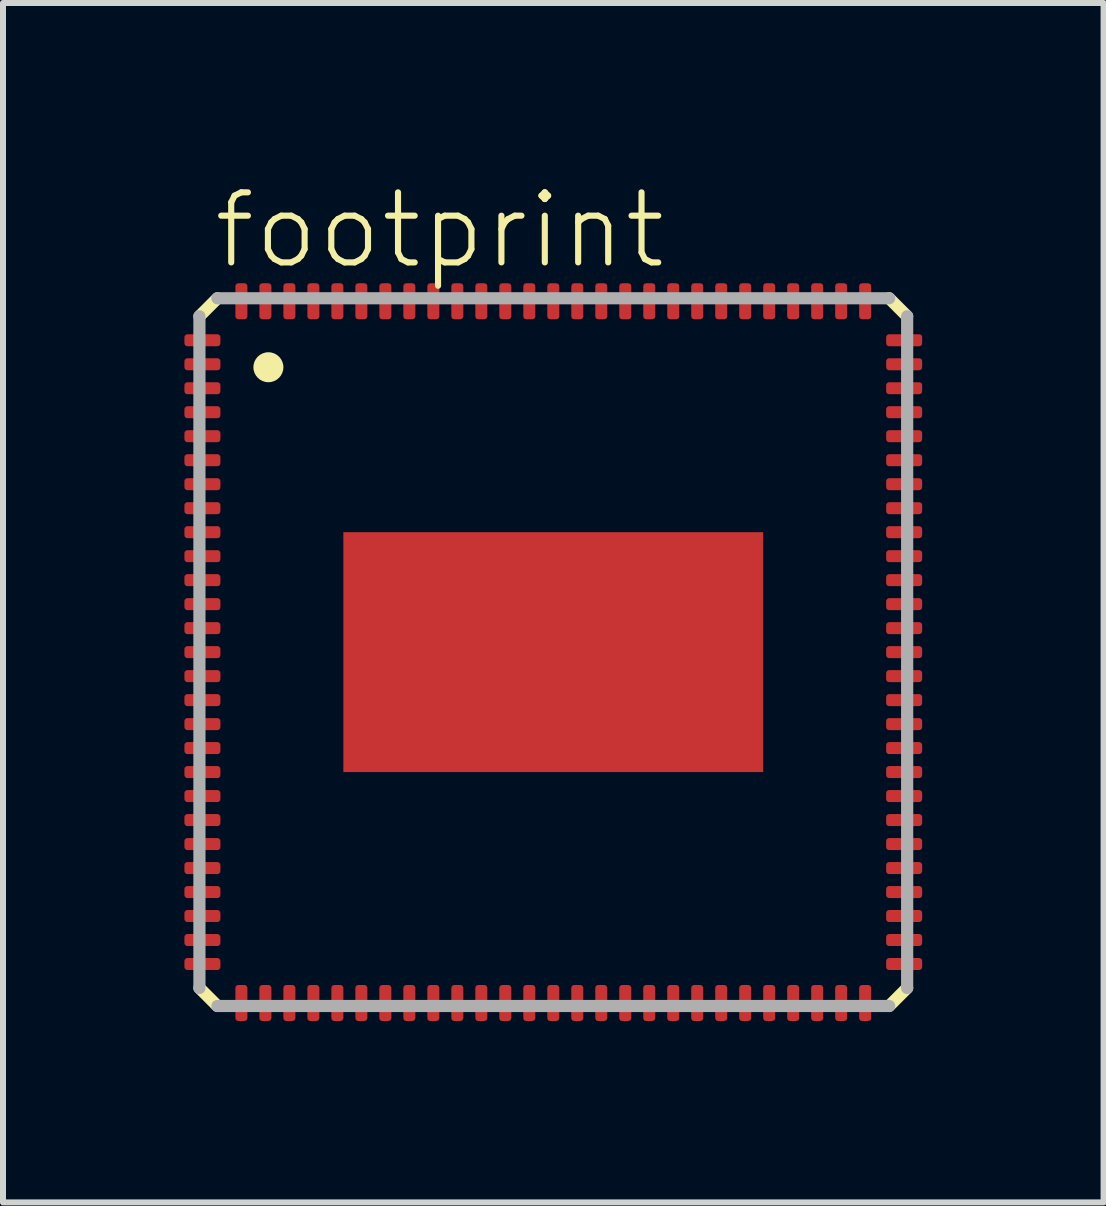
<source format=kicad_pcb>
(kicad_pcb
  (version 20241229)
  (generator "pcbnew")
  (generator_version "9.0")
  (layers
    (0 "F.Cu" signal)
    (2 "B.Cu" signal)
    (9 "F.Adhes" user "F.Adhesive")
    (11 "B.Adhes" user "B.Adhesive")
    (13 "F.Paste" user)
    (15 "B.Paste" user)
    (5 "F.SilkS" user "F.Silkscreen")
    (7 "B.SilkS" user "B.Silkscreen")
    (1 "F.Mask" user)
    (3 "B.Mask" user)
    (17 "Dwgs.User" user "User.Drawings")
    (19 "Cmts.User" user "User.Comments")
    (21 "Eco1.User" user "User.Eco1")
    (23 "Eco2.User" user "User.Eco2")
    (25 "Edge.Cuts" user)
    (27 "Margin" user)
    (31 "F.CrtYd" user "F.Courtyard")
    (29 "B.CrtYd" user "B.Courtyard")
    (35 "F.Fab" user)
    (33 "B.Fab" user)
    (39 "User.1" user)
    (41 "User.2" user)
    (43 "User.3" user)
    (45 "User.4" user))
  (footprint "footprint"
    (layer "F.Cu")
    (at 6.175 7.823)
    (property "Reference" "footprint" (at -5.715 -6.35 0) (layer "F.SilkS") (effects (font (size 1.168 1.168) (thickness 0.102)) (justify left bottom)))
    (fp_poly (pts (xy -6.175 -5.075) (xy -5.525 -5.075) (xy -5.525 -5.325) (xy -6.175 -5.325)) (stroke (width 0) (type solid)) (fill yes) (layer "F.Mask"))
    (fp_poly (pts (xy -6.175 -4.675) (xy -5.525 -4.675) (xy -5.525 -4.925) (xy -6.175 -4.925)) (stroke (width 0) (type solid)) (fill yes) (layer "F.Mask"))
    (fp_poly (pts (xy -6.175 -4.275) (xy -5.525 -4.275) (xy -5.525 -4.525) (xy -6.175 -4.525)) (stroke (width 0) (type solid)) (fill yes) (layer "F.Mask"))
    (fp_poly (pts (xy -6.175 -3.875) (xy -5.525 -3.875) (xy -5.525 -4.125) (xy -6.175 -4.125)) (stroke (width 0) (type solid)) (fill yes) (layer "F.Mask"))
    (fp_poly (pts (xy -6.175 -3.475) (xy -5.525 -3.475) (xy -5.525 -3.725) (xy -6.175 -3.725)) (stroke (width 0) (type solid)) (fill yes) (layer "F.Mask"))
    (fp_poly (pts (xy -6.175 -3.075) (xy -5.525 -3.075) (xy -5.525 -3.325) (xy -6.175 -3.325)) (stroke (width 0) (type solid)) (fill yes) (layer "F.Mask"))
    (fp_poly (pts (xy -6.175 -2.675) (xy -5.525 -2.675) (xy -5.525 -2.925) (xy -6.175 -2.925)) (stroke (width 0) (type solid)) (fill yes) (layer "F.Mask"))
    (fp_poly (pts (xy -6.175 -2.275) (xy -5.525 -2.275) (xy -5.525 -2.525) (xy -6.175 -2.525)) (stroke (width 0) (type solid)) (fill yes) (layer "F.Mask"))
    (fp_poly (pts (xy -6.175 -1.875) (xy -5.525 -1.875) (xy -5.525 -2.125) (xy -6.175 -2.125)) (stroke (width 0) (type solid)) (fill yes) (layer "F.Mask"))
    (fp_poly (pts (xy -6.175 -1.475) (xy -5.525 -1.475) (xy -5.525 -1.725) (xy -6.175 -1.725)) (stroke (width 0) (type solid)) (fill yes) (layer "F.Mask"))
    (fp_poly (pts (xy -6.175 -1.075) (xy -5.525 -1.075) (xy -5.525 -1.325) (xy -6.175 -1.325)) (stroke (width 0) (type solid)) (fill yes) (layer "F.Mask"))
    (fp_poly (pts (xy -6.175 -0.675) (xy -5.525 -0.675) (xy -5.525 -0.925) (xy -6.175 -0.925)) (stroke (width 0) (type solid)) (fill yes) (layer "F.Mask"))
    (fp_poly (pts (xy -6.175 -0.275) (xy -5.525 -0.275) (xy -5.525 -0.525) (xy -6.175 -0.525)) (stroke (width 0) (type solid)) (fill yes) (layer "F.Mask"))
    (fp_poly (pts (xy -6.175 0.125) (xy -5.525 0.125) (xy -5.525 -0.125) (xy -6.175 -0.125)) (stroke (width 0) (type solid)) (fill yes) (layer "F.Mask"))
    (fp_poly (pts (xy -6.175 0.525) (xy -5.525 0.525) (xy -5.525 0.275) (xy -6.175 0.275)) (stroke (width 0) (type solid)) (fill yes) (layer "F.Mask"))
    (fp_poly (pts (xy -6.175 0.925) (xy -5.525 0.925) (xy -5.525 0.675) (xy -6.175 0.675)) (stroke (width 0) (type solid)) (fill yes) (layer "F.Mask"))
    (fp_poly (pts (xy -6.175 1.325) (xy -5.525 1.325) (xy -5.525 1.075) (xy -6.175 1.075)) (stroke (width 0) (type solid)) (fill yes) (layer "F.Mask"))
    (fp_poly (pts (xy -6.175 1.725) (xy -5.525 1.725) (xy -5.525 1.475) (xy -6.175 1.475)) (stroke (width 0) (type solid)) (fill yes) (layer "F.Mask"))
    (fp_poly (pts (xy -6.175 2.125) (xy -5.525 2.125) (xy -5.525 1.875) (xy -6.175 1.875)) (stroke (width 0) (type solid)) (fill yes) (layer "F.Mask"))
    (fp_poly (pts (xy -6.175 2.525) (xy -5.525 2.525) (xy -5.525 2.275) (xy -6.175 2.275)) (stroke (width 0) (type solid)) (fill yes) (layer "F.Mask"))
    (fp_poly (pts (xy -6.175 2.925) (xy -5.525 2.925) (xy -5.525 2.675) (xy -6.175 2.675)) (stroke (width 0) (type solid)) (fill yes) (layer "F.Mask"))
    (fp_poly (pts (xy -6.175 3.325) (xy -5.525 3.325) (xy -5.525 3.075) (xy -6.175 3.075)) (stroke (width 0) (type solid)) (fill yes) (layer "F.Mask"))
    (fp_poly (pts (xy -6.175 3.725) (xy -5.525 3.725) (xy -5.525 3.475) (xy -6.175 3.475)) (stroke (width 0) (type solid)) (fill yes) (layer "F.Mask"))
    (fp_poly (pts (xy -6.175 4.125) (xy -5.525 4.125) (xy -5.525 3.875) (xy -6.175 3.875)) (stroke (width 0) (type solid)) (fill yes) (layer "F.Mask"))
    (fp_poly (pts (xy -6.175 4.525) (xy -5.525 4.525) (xy -5.525 4.275) (xy -6.175 4.275)) (stroke (width 0) (type solid)) (fill yes) (layer "F.Mask"))
    (fp_poly (pts (xy -6.175 4.925) (xy -5.525 4.925) (xy -5.525 4.675) (xy -6.175 4.675)) (stroke (width 0) (type solid)) (fill yes) (layer "F.Mask"))
    (fp_poly (pts (xy -6.175 5.325) (xy -5.525 5.325) (xy -5.525 5.075) (xy -6.175 5.075)) (stroke (width 0) (type solid)) (fill yes) (layer "F.Mask"))
    (fp_poly (pts (xy -5.325 -6.175) (xy -5.325 -5.525) (xy -5.075 -5.525) (xy -5.075 -6.175)) (stroke (width 0) (type solid)) (fill yes) (layer "F.Mask"))
    (fp_poly (pts (xy -5.075 6.175) (xy -5.075 5.525) (xy -5.325 5.525) (xy -5.325 6.175)) (stroke (width 0) (type solid)) (fill yes) (layer "F.Mask"))
    (fp_poly (pts (xy -4.925 -6.175) (xy -4.925 -5.525) (xy -4.675 -5.525) (xy -4.675 -6.175)) (stroke (width 0) (type solid)) (fill yes) (layer "F.Mask"))
    (fp_poly (pts (xy -4.675 6.175) (xy -4.675 5.525) (xy -4.925 5.525) (xy -4.925 6.175)) (stroke (width 0) (type solid)) (fill yes) (layer "F.Mask"))
    (fp_poly (pts (xy -4.525 -6.175) (xy -4.525 -5.525) (xy -4.275 -5.525) (xy -4.275 -6.175)) (stroke (width 0) (type solid)) (fill yes) (layer "F.Mask"))
    (fp_poly (pts (xy -4.275 6.175) (xy -4.275 5.525) (xy -4.525 5.525) (xy -4.525 6.175)) (stroke (width 0) (type solid)) (fill yes) (layer "F.Mask"))
    (fp_poly (pts (xy -4.125 -6.175) (xy -4.125 -5.525) (xy -3.875 -5.525) (xy -3.875 -6.175)) (stroke (width 0) (type solid)) (fill yes) (layer "F.Mask"))
    (fp_poly (pts (xy -3.875 6.175) (xy -3.875 5.525) (xy -4.125 5.525) (xy -4.125 6.175)) (stroke (width 0) (type solid)) (fill yes) (layer "F.Mask"))
    (fp_poly (pts (xy -3.725 -6.175) (xy -3.725 -5.525) (xy -3.475 -5.525) (xy -3.475 -6.175)) (stroke (width 0) (type solid)) (fill yes) (layer "F.Mask"))
    (fp_poly (pts (xy -3.475 6.175) (xy -3.475 5.525) (xy -3.725 5.525) (xy -3.725 6.175)) (stroke (width 0) (type solid)) (fill yes) (layer "F.Mask"))
    (fp_poly (pts (xy -3.325 -6.175) (xy -3.325 -5.525) (xy -3.075 -5.525) (xy -3.075 -6.175)) (stroke (width 0) (type solid)) (fill yes) (layer "F.Mask"))
    (fp_poly (pts (xy -3.075 6.175) (xy -3.075 5.525) (xy -3.325 5.525) (xy -3.325 6.175)) (stroke (width 0) (type solid)) (fill yes) (layer "F.Mask"))
    (fp_poly (pts (xy -2.925 -6.175) (xy -2.925 -5.525) (xy -2.675 -5.525) (xy -2.675 -6.175)) (stroke (width 0) (type solid)) (fill yes) (layer "F.Mask"))
    (fp_poly (pts (xy -2.675 6.175) (xy -2.675 5.525) (xy -2.925 5.525) (xy -2.925 6.175)) (stroke (width 0) (type solid)) (fill yes) (layer "F.Mask"))
    (fp_poly (pts (xy -2.525 -6.175) (xy -2.525 -5.525) (xy -2.275 -5.525) (xy -2.275 -6.175)) (stroke (width 0) (type solid)) (fill yes) (layer "F.Mask"))
    (fp_poly (pts (xy -2.275 6.175) (xy -2.275 5.525) (xy -2.525 5.525) (xy -2.525 6.175)) (stroke (width 0) (type solid)) (fill yes) (layer "F.Mask"))
    (fp_poly (pts (xy -2.125 -6.175) (xy -2.125 -5.525) (xy -1.875 -5.525) (xy -1.875 -6.175)) (stroke (width 0) (type solid)) (fill yes) (layer "F.Mask"))
    (fp_poly (pts (xy -1.875 6.175) (xy -1.875 5.525) (xy -2.125 5.525) (xy -2.125 6.175)) (stroke (width 0) (type solid)) (fill yes) (layer "F.Mask"))
    (fp_poly (pts (xy -1.725 -6.175) (xy -1.725 -5.525) (xy -1.475 -5.525) (xy -1.475 -6.175)) (stroke (width 0) (type solid)) (fill yes) (layer "F.Mask"))
    (fp_poly (pts (xy -1.475 6.175) (xy -1.475 5.525) (xy -1.725 5.525) (xy -1.725 6.175)) (stroke (width 0) (type solid)) (fill yes) (layer "F.Mask"))
    (fp_poly (pts (xy -1.325 -6.175) (xy -1.325 -5.525) (xy -1.075 -5.525) (xy -1.075 -6.175)) (stroke (width 0) (type solid)) (fill yes) (layer "F.Mask"))
    (fp_poly (pts (xy -1.075 6.175) (xy -1.075 5.525) (xy -1.325 5.525) (xy -1.325 6.175)) (stroke (width 0) (type solid)) (fill yes) (layer "F.Mask"))
    (fp_poly (pts (xy -0.925 -6.175) (xy -0.925 -5.525) (xy -0.675 -5.525) (xy -0.675 -6.175)) (stroke (width 0) (type solid)) (fill yes) (layer "F.Mask"))
    (fp_poly (pts (xy -0.675 6.175) (xy -0.675 5.525) (xy -0.925 5.525) (xy -0.925 6.175)) (stroke (width 0) (type solid)) (fill yes) (layer "F.Mask"))
    (fp_poly (pts (xy -0.525 -6.175) (xy -0.525 -5.525) (xy -0.275 -5.525) (xy -0.275 -6.175)) (stroke (width 0) (type solid)) (fill yes) (layer "F.Mask"))
    (fp_poly (pts (xy -0.275 6.175) (xy -0.275 5.525) (xy -0.525 5.525) (xy -0.525 6.175)) (stroke (width 0) (type solid)) (fill yes) (layer "F.Mask"))
    (fp_poly (pts (xy -0.125 -6.175) (xy -0.125 -5.525) (xy 0.125 -5.525) (xy 0.125 -6.175)) (stroke (width 0) (type solid)) (fill yes) (layer "F.Mask"))
    (fp_poly (pts (xy 0.125 6.175) (xy 0.125 5.525) (xy -0.125 5.525) (xy -0.125 6.175)) (stroke (width 0) (type solid)) (fill yes) (layer "F.Mask"))
    (fp_poly (pts (xy 0.275 -6.175) (xy 0.275 -5.525) (xy 0.525 -5.525) (xy 0.525 -6.175)) (stroke (width 0) (type solid)) (fill yes) (layer "F.Mask"))
    (fp_poly (pts (xy 0.525 6.175) (xy 0.525 5.525) (xy 0.275 5.525) (xy 0.275 6.175)) (stroke (width 0) (type solid)) (fill yes) (layer "F.Mask"))
    (fp_poly (pts (xy 0.675 -6.175) (xy 0.675 -5.525) (xy 0.925 -5.525) (xy 0.925 -6.175)) (stroke (width 0) (type solid)) (fill yes) (layer "F.Mask"))
    (fp_poly (pts (xy 0.925 6.175) (xy 0.925 5.525) (xy 0.675 5.525) (xy 0.675 6.175)) (stroke (width 0) (type solid)) (fill yes) (layer "F.Mask"))
    (fp_poly (pts (xy 1.075 -6.175) (xy 1.075 -5.525) (xy 1.325 -5.525) (xy 1.325 -6.175)) (stroke (width 0) (type solid)) (fill yes) (layer "F.Mask"))
    (fp_poly (pts (xy 1.325 6.175) (xy 1.325 5.525) (xy 1.075 5.525) (xy 1.075 6.175)) (stroke (width 0) (type solid)) (fill yes) (layer "F.Mask"))
    (fp_poly (pts (xy 1.475 -6.175) (xy 1.475 -5.525) (xy 1.725 -5.525) (xy 1.725 -6.175)) (stroke (width 0) (type solid)) (fill yes) (layer "F.Mask"))
    (fp_poly (pts (xy 1.725 6.175) (xy 1.725 5.525) (xy 1.475 5.525) (xy 1.475 6.175)) (stroke (width 0) (type solid)) (fill yes) (layer "F.Mask"))
    (fp_poly (pts (xy 1.875 -6.175) (xy 1.875 -5.525) (xy 2.125 -5.525) (xy 2.125 -6.175)) (stroke (width 0) (type solid)) (fill yes) (layer "F.Mask"))
    (fp_poly (pts (xy 2.125 6.175) (xy 2.125 5.525) (xy 1.875 5.525) (xy 1.875 6.175)) (stroke (width 0) (type solid)) (fill yes) (layer "F.Mask"))
    (fp_poly (pts (xy 2.275 -6.175) (xy 2.275 -5.525) (xy 2.525 -5.525) (xy 2.525 -6.175)) (stroke (width 0) (type solid)) (fill yes) (layer "F.Mask"))
    (fp_poly (pts (xy 2.525 6.175) (xy 2.525 5.525) (xy 2.275 5.525) (xy 2.275 6.175)) (stroke (width 0) (type solid)) (fill yes) (layer "F.Mask"))
    (fp_poly (pts (xy 2.675 -6.175) (xy 2.675 -5.525) (xy 2.925 -5.525) (xy 2.925 -6.175)) (stroke (width 0) (type solid)) (fill yes) (layer "F.Mask"))
    (fp_poly (pts (xy 2.925 6.175) (xy 2.925 5.525) (xy 2.675 5.525) (xy 2.675 6.175)) (stroke (width 0) (type solid)) (fill yes) (layer "F.Mask"))
    (fp_poly (pts (xy 3.075 -6.175) (xy 3.075 -5.525) (xy 3.325 -5.525) (xy 3.325 -6.175)) (stroke (width 0) (type solid)) (fill yes) (layer "F.Mask"))
    (fp_poly (pts (xy 3.325 6.175) (xy 3.325 5.525) (xy 3.075 5.525) (xy 3.075 6.175)) (stroke (width 0) (type solid)) (fill yes) (layer "F.Mask"))
    (fp_poly (pts (xy 3.475 -6.175) (xy 3.475 -5.525) (xy 3.725 -5.525) (xy 3.725 -6.175)) (stroke (width 0) (type solid)) (fill yes) (layer "F.Mask"))
    (fp_poly (pts (xy 3.725 6.175) (xy 3.725 5.525) (xy 3.475 5.525) (xy 3.475 6.175)) (stroke (width 0) (type solid)) (fill yes) (layer "F.Mask"))
    (fp_poly (pts (xy 3.875 -6.175) (xy 3.875 -5.525) (xy 4.125 -5.525) (xy 4.125 -6.175)) (stroke (width 0) (type solid)) (fill yes) (layer "F.Mask"))
    (fp_poly (pts (xy 4.125 6.175) (xy 4.125 5.525) (xy 3.875 5.525) (xy 3.875 6.175)) (stroke (width 0) (type solid)) (fill yes) (layer "F.Mask"))
    (fp_poly (pts (xy 4.275 -6.175) (xy 4.275 -5.525) (xy 4.525 -5.525) (xy 4.525 -6.175)) (stroke (width 0) (type solid)) (fill yes) (layer "F.Mask"))
    (fp_poly (pts (xy 4.525 6.175) (xy 4.525 5.525) (xy 4.275 5.525) (xy 4.275 6.175)) (stroke (width 0) (type solid)) (fill yes) (layer "F.Mask"))
    (fp_poly (pts (xy 4.675 -6.175) (xy 4.675 -5.525) (xy 4.925 -5.525) (xy 4.925 -6.175)) (stroke (width 0) (type solid)) (fill yes) (layer "F.Mask"))
    (fp_poly (pts (xy 4.925 6.175) (xy 4.925 5.525) (xy 4.675 5.525) (xy 4.675 6.175)) (stroke (width 0) (type solid)) (fill yes) (layer "F.Mask"))
    (fp_poly (pts (xy 5.075 -6.175) (xy 5.075 -5.525) (xy 5.325 -5.525) (xy 5.325 -6.175)) (stroke (width 0) (type solid)) (fill yes) (layer "F.Mask"))
    (fp_poly (pts (xy 5.325 6.175) (xy 5.325 5.525) (xy 5.075 5.525) (xy 5.075 6.175)) (stroke (width 0) (type solid)) (fill yes) (layer "F.Mask"))
    (fp_poly (pts (xy 6.175 -5.325) (xy 5.525 -5.325) (xy 5.525 -5.075) (xy 6.175 -5.075)) (stroke (width 0) (type solid)) (fill yes) (layer "F.Mask"))
    (fp_poly (pts (xy 6.175 -4.925) (xy 5.525 -4.925) (xy 5.525 -4.675) (xy 6.175 -4.675)) (stroke (width 0) (type solid)) (fill yes) (layer "F.Mask"))
    (fp_poly (pts (xy 6.175 -4.525) (xy 5.525 -4.525) (xy 5.525 -4.275) (xy 6.175 -4.275)) (stroke (width 0) (type solid)) (fill yes) (layer "F.Mask"))
    (fp_poly (pts (xy 6.175 -4.125) (xy 5.525 -4.125) (xy 5.525 -3.875) (xy 6.175 -3.875)) (stroke (width 0) (type solid)) (fill yes) (layer "F.Mask"))
    (fp_poly (pts (xy 6.175 -3.725) (xy 5.525 -3.725) (xy 5.525 -3.475) (xy 6.175 -3.475)) (stroke (width 0) (type solid)) (fill yes) (layer "F.Mask"))
    (fp_poly (pts (xy 6.175 -3.325) (xy 5.525 -3.325) (xy 5.525 -3.075) (xy 6.175 -3.075)) (stroke (width 0) (type solid)) (fill yes) (layer "F.Mask"))
    (fp_poly (pts (xy 6.175 -2.925) (xy 5.525 -2.925) (xy 5.525 -2.675) (xy 6.175 -2.675)) (stroke (width 0) (type solid)) (fill yes) (layer "F.Mask"))
    (fp_poly (pts (xy 6.175 -2.525) (xy 5.525 -2.525) (xy 5.525 -2.275) (xy 6.175 -2.275)) (stroke (width 0) (type solid)) (fill yes) (layer "F.Mask"))
    (fp_poly (pts (xy 6.175 -2.125) (xy 5.525 -2.125) (xy 5.525 -1.875) (xy 6.175 -1.875)) (stroke (width 0) (type solid)) (fill yes) (layer "F.Mask"))
    (fp_poly (pts (xy 6.175 -1.725) (xy 5.525 -1.725) (xy 5.525 -1.475) (xy 6.175 -1.475)) (stroke (width 0) (type solid)) (fill yes) (layer "F.Mask"))
    (fp_poly (pts (xy 6.175 -1.325) (xy 5.525 -1.325) (xy 5.525 -1.075) (xy 6.175 -1.075)) (stroke (width 0) (type solid)) (fill yes) (layer "F.Mask"))
    (fp_poly (pts (xy 6.175 -0.925) (xy 5.525 -0.925) (xy 5.525 -0.675) (xy 6.175 -0.675)) (stroke (width 0) (type solid)) (fill yes) (layer "F.Mask"))
    (fp_poly (pts (xy 6.175 -0.525) (xy 5.525 -0.525) (xy 5.525 -0.275) (xy 6.175 -0.275)) (stroke (width 0) (type solid)) (fill yes) (layer "F.Mask"))
    (fp_poly (pts (xy 6.175 -0.125) (xy 5.525 -0.125) (xy 5.525 0.125) (xy 6.175 0.125)) (stroke (width 0) (type solid)) (fill yes) (layer "F.Mask"))
    (fp_poly (pts (xy 6.175 0.275) (xy 5.525 0.275) (xy 5.525 0.525) (xy 6.175 0.525)) (stroke (width 0) (type solid)) (fill yes) (layer "F.Mask"))
    (fp_poly (pts (xy 6.175 0.675) (xy 5.525 0.675) (xy 5.525 0.925) (xy 6.175 0.925)) (stroke (width 0) (type solid)) (fill yes) (layer "F.Mask"))
    (fp_poly (pts (xy 6.175 1.075) (xy 5.525 1.075) (xy 5.525 1.325) (xy 6.175 1.325)) (stroke (width 0) (type solid)) (fill yes) (layer "F.Mask"))
    (fp_poly (pts (xy 6.175 1.475) (xy 5.525 1.475) (xy 5.525 1.725) (xy 6.175 1.725)) (stroke (width 0) (type solid)) (fill yes) (layer "F.Mask"))
    (fp_poly (pts (xy 6.175 1.875) (xy 5.525 1.875) (xy 5.525 2.125) (xy 6.175 2.125)) (stroke (width 0) (type solid)) (fill yes) (layer "F.Mask"))
    (fp_poly (pts (xy 6.175 2.275) (xy 5.525 2.275) (xy 5.525 2.525) (xy 6.175 2.525)) (stroke (width 0) (type solid)) (fill yes) (layer "F.Mask"))
    (fp_poly (pts (xy 6.175 2.675) (xy 5.525 2.675) (xy 5.525 2.925) (xy 6.175 2.925)) (stroke (width 0) (type solid)) (fill yes) (layer "F.Mask"))
    (fp_poly (pts (xy 6.175 3.075) (xy 5.525 3.075) (xy 5.525 3.325) (xy 6.175 3.325)) (stroke (width 0) (type solid)) (fill yes) (layer "F.Mask"))
    (fp_poly (pts (xy 6.175 3.475) (xy 5.525 3.475) (xy 5.525 3.725) (xy 6.175 3.725)) (stroke (width 0) (type solid)) (fill yes) (layer "F.Mask"))
    (fp_poly (pts (xy 6.175 3.875) (xy 5.525 3.875) (xy 5.525 4.125) (xy 6.175 4.125)) (stroke (width 0) (type solid)) (fill yes) (layer "F.Mask"))
    (fp_poly (pts (xy 6.175 4.275) (xy 5.525 4.275) (xy 5.525 4.525) (xy 6.175 4.525)) (stroke (width 0) (type solid)) (fill yes) (layer "F.Mask"))
    (fp_poly (pts (xy 6.175 4.675) (xy 5.525 4.675) (xy 5.525 4.925) (xy 6.175 4.925)) (stroke (width 0) (type solid)) (fill yes) (layer "F.Mask"))
    (fp_poly (pts (xy 6.175 5.075) (xy 5.525 5.075) (xy 5.525 5.325) (xy 6.175 5.325)) (stroke (width 0) (type solid)) (fill yes) (layer "F.Mask"))
    (fp_poly (pts (xy -3.231 -1.925) (xy -3.195 -1.87) (xy -3.04 -1.806) (xy -2.975 -1.819) (xy -2.92 -1.855) (xy -2.818 -2.102) (xy 3.602 -2.102) (xy 3.602 2.102) (xy -3.602 2.102) (xy -3.602 -2.102) (xy -3.267 -2.102)) (stroke (width 0) (type solid)) (fill yes) (layer "F.Mask"))
    (fp_line (start -5.9 -5.6) (end -5.6 -5.9) (stroke (width 0.203) (type solid)) (layer "F.SilkS"))
    (fp_line (start -5.6 5.9) (end -5.9 5.6) (stroke (width 0.203) (type solid)) (layer "F.SilkS"))
    (fp_line (start 5.6 -5.9) (end 5.9 -5.6) (stroke (width 0.203) (type solid)) (layer "F.SilkS"))
    (fp_line (start 5.9 5.6) (end 5.6 5.9) (stroke (width 0.203) (type solid)) (layer "F.SilkS"))
    (fp_circle (center -4.75 -4.75) (end -4.625 -4.75) (stroke (width 0.25) (type solid)) (fill yes) (layer "F.SilkS"))
    (fp_poly (pts (xy -6.125 -5.125) (xy -5.575 -5.125) (xy -5.575 -5.275) (xy -6.125 -5.275)) (stroke (width 0) (type solid)) (fill yes) (layer "F.Paste"))
    (fp_poly (pts (xy -6.125 -4.725) (xy -5.575 -4.725) (xy -5.575 -4.875) (xy -6.125 -4.875)) (stroke (width 0) (type solid)) (fill yes) (layer "F.Paste"))
    (fp_poly (pts (xy -6.125 -4.325) (xy -5.575 -4.325) (xy -5.575 -4.475) (xy -6.125 -4.475)) (stroke (width 0) (type solid)) (fill yes) (layer "F.Paste"))
    (fp_poly (pts (xy -6.125 -3.925) (xy -5.575 -3.925) (xy -5.575 -4.075) (xy -6.125 -4.075)) (stroke (width 0) (type solid)) (fill yes) (layer "F.Paste"))
    (fp_poly (pts (xy -6.125 -3.525) (xy -5.575 -3.525) (xy -5.575 -3.675) (xy -6.125 -3.675)) (stroke (width 0) (type solid)) (fill yes) (layer "F.Paste"))
    (fp_poly (pts (xy -6.125 -3.125) (xy -5.575 -3.125) (xy -5.575 -3.275) (xy -6.125 -3.275)) (stroke (width 0) (type solid)) (fill yes) (layer "F.Paste"))
    (fp_poly (pts (xy -6.125 -2.725) (xy -5.575 -2.725) (xy -5.575 -2.875) (xy -6.125 -2.875)) (stroke (width 0) (type solid)) (fill yes) (layer "F.Paste"))
    (fp_poly (pts (xy -6.125 -2.325) (xy -5.575 -2.325) (xy -5.575 -2.475) (xy -6.125 -2.475)) (stroke (width 0) (type solid)) (fill yes) (layer "F.Paste"))
    (fp_poly (pts (xy -6.125 -1.925) (xy -5.575 -1.925) (xy -5.575 -2.075) (xy -6.125 -2.075)) (stroke (width 0) (type solid)) (fill yes) (layer "F.Paste"))
    (fp_poly (pts (xy -6.125 -1.525) (xy -5.575 -1.525) (xy -5.575 -1.675) (xy -6.125 -1.675)) (stroke (width 0) (type solid)) (fill yes) (layer "F.Paste"))
    (fp_poly (pts (xy -6.125 -1.125) (xy -5.575 -1.125) (xy -5.575 -1.275) (xy -6.125 -1.275)) (stroke (width 0) (type solid)) (fill yes) (layer "F.Paste"))
    (fp_poly (pts (xy -6.125 -0.725) (xy -5.575 -0.725) (xy -5.575 -0.875) (xy -6.125 -0.875)) (stroke (width 0) (type solid)) (fill yes) (layer "F.Paste"))
    (fp_poly (pts (xy -6.125 -0.325) (xy -5.575 -0.325) (xy -5.575 -0.475) (xy -6.125 -0.475)) (stroke (width 0) (type solid)) (fill yes) (layer "F.Paste"))
    (fp_poly (pts (xy -6.125 0.075) (xy -5.575 0.075) (xy -5.575 -0.075) (xy -6.125 -0.075)) (stroke (width 0) (type solid)) (fill yes) (layer "F.Paste"))
    (fp_poly (pts (xy -6.125 0.475) (xy -5.575 0.475) (xy -5.575 0.325) (xy -6.125 0.325)) (stroke (width 0) (type solid)) (fill yes) (layer "F.Paste"))
    (fp_poly (pts (xy -6.125 0.875) (xy -5.575 0.875) (xy -5.575 0.725) (xy -6.125 0.725)) (stroke (width 0) (type solid)) (fill yes) (layer "F.Paste"))
    (fp_poly (pts (xy -6.125 1.275) (xy -5.575 1.275) (xy -5.575 1.125) (xy -6.125 1.125)) (stroke (width 0) (type solid)) (fill yes) (layer "F.Paste"))
    (fp_poly (pts (xy -6.125 1.675) (xy -5.575 1.675) (xy -5.575 1.525) (xy -6.125 1.525)) (stroke (width 0) (type solid)) (fill yes) (layer "F.Paste"))
    (fp_poly (pts (xy -6.125 2.075) (xy -5.575 2.075) (xy -5.575 1.925) (xy -6.125 1.925)) (stroke (width 0) (type solid)) (fill yes) (layer "F.Paste"))
    (fp_poly (pts (xy -6.125 2.475) (xy -5.575 2.475) (xy -5.575 2.325) (xy -6.125 2.325)) (stroke (width 0) (type solid)) (fill yes) (layer "F.Paste"))
    (fp_poly (pts (xy -6.125 2.875) (xy -5.575 2.875) (xy -5.575 2.725) (xy -6.125 2.725)) (stroke (width 0) (type solid)) (fill yes) (layer "F.Paste"))
    (fp_poly (pts (xy -6.125 3.275) (xy -5.575 3.275) (xy -5.575 3.125) (xy -6.125 3.125)) (stroke (width 0) (type solid)) (fill yes) (layer "F.Paste"))
    (fp_poly (pts (xy -6.125 3.675) (xy -5.575 3.675) (xy -5.575 3.525) (xy -6.125 3.525)) (stroke (width 0) (type solid)) (fill yes) (layer "F.Paste"))
    (fp_poly (pts (xy -6.125 4.075) (xy -5.575 4.075) (xy -5.575 3.925) (xy -6.125 3.925)) (stroke (width 0) (type solid)) (fill yes) (layer "F.Paste"))
    (fp_poly (pts (xy -6.125 4.475) (xy -5.575 4.475) (xy -5.575 4.325) (xy -6.125 4.325)) (stroke (width 0) (type solid)) (fill yes) (layer "F.Paste"))
    (fp_poly (pts (xy -6.125 4.875) (xy -5.575 4.875) (xy -5.575 4.725) (xy -6.125 4.725)) (stroke (width 0) (type solid)) (fill yes) (layer "F.Paste"))
    (fp_poly (pts (xy -6.125 5.275) (xy -5.575 5.275) (xy -5.575 5.125) (xy -6.125 5.125)) (stroke (width 0) (type solid)) (fill yes) (layer "F.Paste"))
    (fp_poly (pts (xy -5.275 -6.125) (xy -5.275 -5.575) (xy -5.125 -5.575) (xy -5.125 -6.125)) (stroke (width 0) (type solid)) (fill yes) (layer "F.Paste"))
    (fp_poly (pts (xy -5.125 6.125) (xy -5.125 5.575) (xy -5.275 5.575) (xy -5.275 6.125)) (stroke (width 0) (type solid)) (fill yes) (layer "F.Paste"))
    (fp_poly (pts (xy -4.875 -6.125) (xy -4.875 -5.575) (xy -4.725 -5.575) (xy -4.725 -6.125)) (stroke (width 0) (type solid)) (fill yes) (layer "F.Paste"))
    (fp_poly (pts (xy -4.725 6.125) (xy -4.725 5.575) (xy -4.875 5.575) (xy -4.875 6.125)) (stroke (width 0) (type solid)) (fill yes) (layer "F.Paste"))
    (fp_poly (pts (xy -4.475 -6.125) (xy -4.475 -5.575) (xy -4.325 -5.575) (xy -4.325 -6.125)) (stroke (width 0) (type solid)) (fill yes) (layer "F.Paste"))
    (fp_poly (pts (xy -4.325 6.125) (xy -4.325 5.575) (xy -4.475 5.575) (xy -4.475 6.125)) (stroke (width 0) (type solid)) (fill yes) (layer "F.Paste"))
    (fp_poly (pts (xy -4.075 -6.125) (xy -4.075 -5.575) (xy -3.925 -5.575) (xy -3.925 -6.125)) (stroke (width 0) (type solid)) (fill yes) (layer "F.Paste"))
    (fp_poly (pts (xy -3.925 6.125) (xy -3.925 5.575) (xy -4.075 5.575) (xy -4.075 6.125)) (stroke (width 0) (type solid)) (fill yes) (layer "F.Paste"))
    (fp_poly (pts (xy -3.675 -6.125) (xy -3.675 -5.575) (xy -3.525 -5.575) (xy -3.525 -6.125)) (stroke (width 0) (type solid)) (fill yes) (layer "F.Paste"))
    (fp_poly (pts (xy -3.525 6.125) (xy -3.525 5.575) (xy -3.675 5.575) (xy -3.675 6.125)) (stroke (width 0) (type solid)) (fill yes) (layer "F.Paste"))
    (fp_poly (pts (xy -3.275 -6.125) (xy -3.275 -5.575) (xy -3.125 -5.575) (xy -3.125 -6.125)) (stroke (width 0) (type solid)) (fill yes) (layer "F.Paste"))
    (fp_poly (pts (xy -3.2 1.6) (xy 3.2 1.6) (xy 3.2 -1.6) (xy -3.2 -1.6)) (stroke (width 0) (type solid)) (fill yes) (layer "F.Paste"))
    (fp_poly (pts (xy -3.125 6.125) (xy -3.125 5.575) (xy -3.275 5.575) (xy -3.275 6.125)) (stroke (width 0) (type solid)) (fill yes) (layer "F.Paste"))
    (fp_poly (pts (xy -2.875 -6.125) (xy -2.875 -5.575) (xy -2.725 -5.575) (xy -2.725 -6.125)) (stroke (width 0) (type solid)) (fill yes) (layer "F.Paste"))
    (fp_poly (pts (xy -2.725 6.125) (xy -2.725 5.575) (xy -2.875 5.575) (xy -2.875 6.125)) (stroke (width 0) (type solid)) (fill yes) (layer "F.Paste"))
    (fp_poly (pts (xy -2.475 -6.125) (xy -2.475 -5.575) (xy -2.325 -5.575) (xy -2.325 -6.125)) (stroke (width 0) (type solid)) (fill yes) (layer "F.Paste"))
    (fp_poly (pts (xy -2.325 6.125) (xy -2.325 5.575) (xy -2.475 5.575) (xy -2.475 6.125)) (stroke (width 0) (type solid)) (fill yes) (layer "F.Paste"))
    (fp_poly (pts (xy -2.075 -6.125) (xy -2.075 -5.575) (xy -1.925 -5.575) (xy -1.925 -6.125)) (stroke (width 0) (type solid)) (fill yes) (layer "F.Paste"))
    (fp_poly (pts (xy -1.925 6.125) (xy -1.925 5.575) (xy -2.075 5.575) (xy -2.075 6.125)) (stroke (width 0) (type solid)) (fill yes) (layer "F.Paste"))
    (fp_poly (pts (xy -1.675 -6.125) (xy -1.675 -5.575) (xy -1.525 -5.575) (xy -1.525 -6.125)) (stroke (width 0) (type solid)) (fill yes) (layer "F.Paste"))
    (fp_poly (pts (xy -1.525 6.125) (xy -1.525 5.575) (xy -1.675 5.575) (xy -1.675 6.125)) (stroke (width 0) (type solid)) (fill yes) (layer "F.Paste"))
    (fp_poly (pts (xy -1.275 -6.125) (xy -1.275 -5.575) (xy -1.125 -5.575) (xy -1.125 -6.125)) (stroke (width 0) (type solid)) (fill yes) (layer "F.Paste"))
    (fp_poly (pts (xy -1.125 6.125) (xy -1.125 5.575) (xy -1.275 5.575) (xy -1.275 6.125)) (stroke (width 0) (type solid)) (fill yes) (layer "F.Paste"))
    (fp_poly (pts (xy -0.875 -6.125) (xy -0.875 -5.575) (xy -0.725 -5.575) (xy -0.725 -6.125)) (stroke (width 0) (type solid)) (fill yes) (layer "F.Paste"))
    (fp_poly (pts (xy -0.725 6.125) (xy -0.725 5.575) (xy -0.875 5.575) (xy -0.875 6.125)) (stroke (width 0) (type solid)) (fill yes) (layer "F.Paste"))
    (fp_poly (pts (xy -0.475 -6.125) (xy -0.475 -5.575) (xy -0.325 -5.575) (xy -0.325 -6.125)) (stroke (width 0) (type solid)) (fill yes) (layer "F.Paste"))
    (fp_poly (pts (xy -0.325 6.125) (xy -0.325 5.575) (xy -0.475 5.575) (xy -0.475 6.125)) (stroke (width 0) (type solid)) (fill yes) (layer "F.Paste"))
    (fp_poly (pts (xy -0.075 -6.125) (xy -0.075 -5.575) (xy 0.075 -5.575) (xy 0.075 -6.125)) (stroke (width 0) (type solid)) (fill yes) (layer "F.Paste"))
    (fp_poly (pts (xy 0.075 6.125) (xy 0.075 5.575) (xy -0.075 5.575) (xy -0.075 6.125)) (stroke (width 0) (type solid)) (fill yes) (layer "F.Paste"))
    (fp_poly (pts (xy 0.325 -6.125) (xy 0.325 -5.575) (xy 0.475 -5.575) (xy 0.475 -6.125)) (stroke (width 0) (type solid)) (fill yes) (layer "F.Paste"))
    (fp_poly (pts (xy 0.475 6.125) (xy 0.475 5.575) (xy 0.325 5.575) (xy 0.325 6.125)) (stroke (width 0) (type solid)) (fill yes) (layer "F.Paste"))
    (fp_poly (pts (xy 0.725 -6.125) (xy 0.725 -5.575) (xy 0.875 -5.575) (xy 0.875 -6.125)) (stroke (width 0) (type solid)) (fill yes) (layer "F.Paste"))
    (fp_poly (pts (xy 0.875 6.125) (xy 0.875 5.575) (xy 0.725 5.575) (xy 0.725 6.125)) (stroke (width 0) (type solid)) (fill yes) (layer "F.Paste"))
    (fp_poly (pts (xy 1.125 -6.125) (xy 1.125 -5.575) (xy 1.275 -5.575) (xy 1.275 -6.125)) (stroke (width 0) (type solid)) (fill yes) (layer "F.Paste"))
    (fp_poly (pts (xy 1.275 6.125) (xy 1.275 5.575) (xy 1.125 5.575) (xy 1.125 6.125)) (stroke (width 0) (type solid)) (fill yes) (layer "F.Paste"))
    (fp_poly (pts (xy 1.525 -6.125) (xy 1.525 -5.575) (xy 1.675 -5.575) (xy 1.675 -6.125)) (stroke (width 0) (type solid)) (fill yes) (layer "F.Paste"))
    (fp_poly (pts (xy 1.675 6.125) (xy 1.675 5.575) (xy 1.525 5.575) (xy 1.525 6.125)) (stroke (width 0) (type solid)) (fill yes) (layer "F.Paste"))
    (fp_poly (pts (xy 1.925 -6.125) (xy 1.925 -5.575) (xy 2.075 -5.575) (xy 2.075 -6.125)) (stroke (width 0) (type solid)) (fill yes) (layer "F.Paste"))
    (fp_poly (pts (xy 2.075 6.125) (xy 2.075 5.575) (xy 1.925 5.575) (xy 1.925 6.125)) (stroke (width 0) (type solid)) (fill yes) (layer "F.Paste"))
    (fp_poly (pts (xy 2.325 -6.125) (xy 2.325 -5.575) (xy 2.475 -5.575) (xy 2.475 -6.125)) (stroke (width 0) (type solid)) (fill yes) (layer "F.Paste"))
    (fp_poly (pts (xy 2.475 6.125) (xy 2.475 5.575) (xy 2.325 5.575) (xy 2.325 6.125)) (stroke (width 0) (type solid)) (fill yes) (layer "F.Paste"))
    (fp_poly (pts (xy 2.725 -6.125) (xy 2.725 -5.575) (xy 2.875 -5.575) (xy 2.875 -6.125)) (stroke (width 0) (type solid)) (fill yes) (layer "F.Paste"))
    (fp_poly (pts (xy 2.875 6.125) (xy 2.875 5.575) (xy 2.725 5.575) (xy 2.725 6.125)) (stroke (width 0) (type solid)) (fill yes) (layer "F.Paste"))
    (fp_poly (pts (xy 3.125 -6.125) (xy 3.125 -5.575) (xy 3.275 -5.575) (xy 3.275 -6.125)) (stroke (width 0) (type solid)) (fill yes) (layer "F.Paste"))
    (fp_poly (pts (xy 3.275 6.125) (xy 3.275 5.575) (xy 3.125 5.575) (xy 3.125 6.125)) (stroke (width 0) (type solid)) (fill yes) (layer "F.Paste"))
    (fp_poly (pts (xy 3.525 -6.125) (xy 3.525 -5.575) (xy 3.675 -5.575) (xy 3.675 -6.125)) (stroke (width 0) (type solid)) (fill yes) (layer "F.Paste"))
    (fp_poly (pts (xy 3.675 6.125) (xy 3.675 5.575) (xy 3.525 5.575) (xy 3.525 6.125)) (stroke (width 0) (type solid)) (fill yes) (layer "F.Paste"))
    (fp_poly (pts (xy 3.925 -6.125) (xy 3.925 -5.575) (xy 4.075 -5.575) (xy 4.075 -6.125)) (stroke (width 0) (type solid)) (fill yes) (layer "F.Paste"))
    (fp_poly (pts (xy 4.075 6.125) (xy 4.075 5.575) (xy 3.925 5.575) (xy 3.925 6.125)) (stroke (width 0) (type solid)) (fill yes) (layer "F.Paste"))
    (fp_poly (pts (xy 4.325 -6.125) (xy 4.325 -5.575) (xy 4.475 -5.575) (xy 4.475 -6.125)) (stroke (width 0) (type solid)) (fill yes) (layer "F.Paste"))
    (fp_poly (pts (xy 4.475 6.125) (xy 4.475 5.575) (xy 4.325 5.575) (xy 4.325 6.125)) (stroke (width 0) (type solid)) (fill yes) (layer "F.Paste"))
    (fp_poly (pts (xy 4.725 -6.125) (xy 4.725 -5.575) (xy 4.875 -5.575) (xy 4.875 -6.125)) (stroke (width 0) (type solid)) (fill yes) (layer "F.Paste"))
    (fp_poly (pts (xy 4.875 6.125) (xy 4.875 5.575) (xy 4.725 5.575) (xy 4.725 6.125)) (stroke (width 0) (type solid)) (fill yes) (layer "F.Paste"))
    (fp_poly (pts (xy 5.125 -6.125) (xy 5.125 -5.575) (xy 5.275 -5.575) (xy 5.275 -6.125)) (stroke (width 0) (type solid)) (fill yes) (layer "F.Paste"))
    (fp_poly (pts (xy 5.275 6.125) (xy 5.275 5.575) (xy 5.125 5.575) (xy 5.125 6.125)) (stroke (width 0) (type solid)) (fill yes) (layer "F.Paste"))
    (fp_poly (pts (xy 6.125 -5.275) (xy 5.575 -5.275) (xy 5.575 -5.125) (xy 6.125 -5.125)) (stroke (width 0) (type solid)) (fill yes) (layer "F.Paste"))
    (fp_poly (pts (xy 6.125 -4.875) (xy 5.575 -4.875) (xy 5.575 -4.725) (xy 6.125 -4.725)) (stroke (width 0) (type solid)) (fill yes) (layer "F.Paste"))
    (fp_poly (pts (xy 6.125 -4.475) (xy 5.575 -4.475) (xy 5.575 -4.325) (xy 6.125 -4.325)) (stroke (width 0) (type solid)) (fill yes) (layer "F.Paste"))
    (fp_poly (pts (xy 6.125 -4.075) (xy 5.575 -4.075) (xy 5.575 -3.925) (xy 6.125 -3.925)) (stroke (width 0) (type solid)) (fill yes) (layer "F.Paste"))
    (fp_poly (pts (xy 6.125 -3.675) (xy 5.575 -3.675) (xy 5.575 -3.525) (xy 6.125 -3.525)) (stroke (width 0) (type solid)) (fill yes) (layer "F.Paste"))
    (fp_poly (pts (xy 6.125 -3.275) (xy 5.575 -3.275) (xy 5.575 -3.125) (xy 6.125 -3.125)) (stroke (width 0) (type solid)) (fill yes) (layer "F.Paste"))
    (fp_poly (pts (xy 6.125 -2.875) (xy 5.575 -2.875) (xy 5.575 -2.725) (xy 6.125 -2.725)) (stroke (width 0) (type solid)) (fill yes) (layer "F.Paste"))
    (fp_poly (pts (xy 6.125 -2.475) (xy 5.575 -2.475) (xy 5.575 -2.325) (xy 6.125 -2.325)) (stroke (width 0) (type solid)) (fill yes) (layer "F.Paste"))
    (fp_poly (pts (xy 6.125 -2.075) (xy 5.575 -2.075) (xy 5.575 -1.925) (xy 6.125 -1.925)) (stroke (width 0) (type solid)) (fill yes) (layer "F.Paste"))
    (fp_poly (pts (xy 6.125 -1.675) (xy 5.575 -1.675) (xy 5.575 -1.525) (xy 6.125 -1.525)) (stroke (width 0) (type solid)) (fill yes) (layer "F.Paste"))
    (fp_poly (pts (xy 6.125 -1.275) (xy 5.575 -1.275) (xy 5.575 -1.125) (xy 6.125 -1.125)) (stroke (width 0) (type solid)) (fill yes) (layer "F.Paste"))
    (fp_poly (pts (xy 6.125 -0.875) (xy 5.575 -0.875) (xy 5.575 -0.725) (xy 6.125 -0.725)) (stroke (width 0) (type solid)) (fill yes) (layer "F.Paste"))
    (fp_poly (pts (xy 6.125 -0.475) (xy 5.575 -0.475) (xy 5.575 -0.325) (xy 6.125 -0.325)) (stroke (width 0) (type solid)) (fill yes) (layer "F.Paste"))
    (fp_poly (pts (xy 6.125 -0.075) (xy 5.575 -0.075) (xy 5.575 0.075) (xy 6.125 0.075)) (stroke (width 0) (type solid)) (fill yes) (layer "F.Paste"))
    (fp_poly (pts (xy 6.125 0.325) (xy 5.575 0.325) (xy 5.575 0.475) (xy 6.125 0.475)) (stroke (width 0) (type solid)) (fill yes) (layer "F.Paste"))
    (fp_poly (pts (xy 6.125 0.725) (xy 5.575 0.725) (xy 5.575 0.875) (xy 6.125 0.875)) (stroke (width 0) (type solid)) (fill yes) (layer "F.Paste"))
    (fp_poly (pts (xy 6.125 1.125) (xy 5.575 1.125) (xy 5.575 1.275) (xy 6.125 1.275)) (stroke (width 0) (type solid)) (fill yes) (layer "F.Paste"))
    (fp_poly (pts (xy 6.125 1.525) (xy 5.575 1.525) (xy 5.575 1.675) (xy 6.125 1.675)) (stroke (width 0) (type solid)) (fill yes) (layer "F.Paste"))
    (fp_poly (pts (xy 6.125 1.925) (xy 5.575 1.925) (xy 5.575 2.075) (xy 6.125 2.075)) (stroke (width 0) (type solid)) (fill yes) (layer "F.Paste"))
    (fp_poly (pts (xy 6.125 2.325) (xy 5.575 2.325) (xy 5.575 2.475) (xy 6.125 2.475)) (stroke (width 0) (type solid)) (fill yes) (layer "F.Paste"))
    (fp_poly (pts (xy 6.125 2.725) (xy 5.575 2.725) (xy 5.575 2.875) (xy 6.125 2.875)) (stroke (width 0) (type solid)) (fill yes) (layer "F.Paste"))
    (fp_poly (pts (xy 6.125 3.125) (xy 5.575 3.125) (xy 5.575 3.275) (xy 6.125 3.275)) (stroke (width 0) (type solid)) (fill yes) (layer "F.Paste"))
    (fp_poly (pts (xy 6.125 3.525) (xy 5.575 3.525) (xy 5.575 3.675) (xy 6.125 3.675)) (stroke (width 0) (type solid)) (fill yes) (layer "F.Paste"))
    (fp_poly (pts (xy 6.125 3.925) (xy 5.575 3.925) (xy 5.575 4.075) (xy 6.125 4.075)) (stroke (width 0) (type solid)) (fill yes) (layer "F.Paste"))
    (fp_poly (pts (xy 6.125 4.325) (xy 5.575 4.325) (xy 5.575 4.475) (xy 6.125 4.475)) (stroke (width 0) (type solid)) (fill yes) (layer "F.Paste"))
    (fp_poly (pts (xy 6.125 4.725) (xy 5.575 4.725) (xy 5.575 4.875) (xy 6.125 4.875)) (stroke (width 0) (type solid)) (fill yes) (layer "F.Paste"))
    (fp_poly (pts (xy 6.125 5.125) (xy 5.575 5.125) (xy 5.575 5.275) (xy 6.125 5.275)) (stroke (width 0) (type solid)) (fill yes) (layer "F.Paste"))
    (fp_line (start -5.9 5.6) (end -5.9 -5.6) (stroke (width 0.203) (type solid)) (layer "F.Fab"))
    (fp_line (start -5.6 -5.9) (end 5.6 -5.9) (stroke (width 0.203) (type solid)) (layer "F.Fab"))
    (fp_line (start 5.6 5.9) (end -5.6 5.9) (stroke (width 0.203) (type solid)) (layer "F.Fab"))
    (fp_line (start 5.9 -5.6) (end 5.9 5.6) (stroke (width 0.203) (type solid)) (layer "F.Fab"))
    (pad "1" smd roundrect (at -5.85 -5.2) (size 0.6 0.2) (layers "F.Cu") (roundrect_rratio 0.25))
    (pad "2" smd roundrect (at -5.85 -4.8) (size 0.6 0.2) (layers "F.Cu") (roundrect_rratio 0.25))
    (pad "3" smd roundrect (at -5.85 -4.4) (size 0.6 0.2) (layers "F.Cu") (roundrect_rratio 0.25))
    (pad "4" smd roundrect (at -5.85 -4) (size 0.6 0.2) (layers "F.Cu") (roundrect_rratio 0.25))
    (pad "5" smd roundrect (at -5.85 -3.6) (size 0.6 0.2) (layers "F.Cu") (roundrect_rratio 0.25))
    (pad "6" smd roundrect (at -5.85 -3.2) (size 0.6 0.2) (layers "F.Cu") (roundrect_rratio 0.25))
    (pad "7" smd roundrect (at -5.85 -2.8) (size 0.6 0.2) (layers "F.Cu") (roundrect_rratio 0.25))
    (pad "8" smd roundrect (at -5.85 -2.4) (size 0.6 0.2) (layers "F.Cu") (roundrect_rratio 0.25))
    (pad "9" smd roundrect (at -5.85 -2) (size 0.6 0.2) (layers "F.Cu") (roundrect_rratio 0.25))
    (pad "10" smd roundrect (at -5.85 -1.6) (size 0.6 0.2) (layers "F.Cu") (roundrect_rratio 0.25))
    (pad "11" smd roundrect (at -5.85 -1.2) (size 0.6 0.2) (layers "F.Cu") (roundrect_rratio 0.25))
    (pad "12" smd roundrect (at -5.85 -0.8) (size 0.6 0.2) (layers "F.Cu") (roundrect_rratio 0.25))
    (pad "13" smd roundrect (at -5.85 -0.4) (size 0.6 0.2) (layers "F.Cu") (roundrect_rratio 0.25))
    (pad "14" smd roundrect (at -5.85 0) (size 0.6 0.2) (layers "F.Cu") (roundrect_rratio 0.25))
    (pad "15" smd roundrect (at -5.85 0.4) (size 0.6 0.2) (layers "F.Cu") (roundrect_rratio 0.25))
    (pad "16" smd roundrect (at -5.85 0.8) (size 0.6 0.2) (layers "F.Cu") (roundrect_rratio 0.25))
    (pad "17" smd roundrect (at -5.85 1.2) (size 0.6 0.2) (layers "F.Cu") (roundrect_rratio 0.25))
    (pad "18" smd roundrect (at -5.85 1.6) (size 0.6 0.2) (layers "F.Cu") (roundrect_rratio 0.25))
    (pad "19" smd roundrect (at -5.85 2) (size 0.6 0.2) (layers "F.Cu") (roundrect_rratio 0.25))
    (pad "20" smd roundrect (at -5.85 2.4) (size 0.6 0.2) (layers "F.Cu") (roundrect_rratio 0.25))
    (pad "21" smd roundrect (at -5.85 2.8) (size 0.6 0.2) (layers "F.Cu") (roundrect_rratio 0.25))
    (pad "22" smd roundrect (at -5.85 3.2) (size 0.6 0.2) (layers "F.Cu") (roundrect_rratio 0.25))
    (pad "23" smd roundrect (at -5.85 3.6) (size 0.6 0.2) (layers "F.Cu") (roundrect_rratio 0.25))
    (pad "24" smd roundrect (at -5.85 4) (size 0.6 0.2) (layers "F.Cu") (roundrect_rratio 0.25))
    (pad "25" smd roundrect (at -5.85 4.4) (size 0.6 0.2) (layers "F.Cu") (roundrect_rratio 0.25))
    (pad "26" smd roundrect (at -5.85 4.8) (size 0.6 0.2) (layers "F.Cu") (roundrect_rratio 0.25))
    (pad "27" smd roundrect (at -5.85 5.2) (size 0.6 0.2) (layers "F.Cu") (roundrect_rratio 0.25))
    (pad "28" smd roundrect (at -5.2 5.85 90) (size 0.6 0.2) (layers "F.Cu") (roundrect_rratio 0.25))
    (pad "29" smd roundrect (at -4.8 5.85 90) (size 0.6 0.2) (layers "F.Cu") (roundrect_rratio 0.25))
    (pad "30" smd roundrect (at -4.4 5.85 90) (size 0.6 0.2) (layers "F.Cu") (roundrect_rratio 0.25))
    (pad "31" smd roundrect (at -4 5.85 90) (size 0.6 0.2) (layers "F.Cu") (roundrect_rratio 0.25))
    (pad "32" smd roundrect (at -3.6 5.85 90) (size 0.6 0.2) (layers "F.Cu") (roundrect_rratio 0.25))
    (pad "33" smd roundrect (at -3.2 5.85 90) (size 0.6 0.2) (layers "F.Cu") (roundrect_rratio 0.25))
    (pad "34" smd roundrect (at -2.8 5.85 90) (size 0.6 0.2) (layers "F.Cu") (roundrect_rratio 0.25))
    (pad "35" smd roundrect (at -2.4 5.85 90) (size 0.6 0.2) (layers "F.Cu") (roundrect_rratio 0.25))
    (pad "36" smd roundrect (at -2 5.85 90) (size 0.6 0.2) (layers "F.Cu") (roundrect_rratio 0.25))
    (pad "37" smd roundrect (at -1.6 5.85 90) (size 0.6 0.2) (layers "F.Cu") (roundrect_rratio 0.25))
    (pad "38" smd roundrect (at -1.2 5.85 90) (size 0.6 0.2) (layers "F.Cu") (roundrect_rratio 0.25))
    (pad "39" smd roundrect (at -0.8 5.85 90) (size 0.6 0.2) (layers "F.Cu") (roundrect_rratio 0.25))
    (pad "40" smd roundrect (at -0.4 5.85 90) (size 0.6 0.2) (layers "F.Cu") (roundrect_rratio 0.25))
    (pad "41" smd roundrect (at 0 5.85 90) (size 0.6 0.2) (layers "F.Cu") (roundrect_rratio 0.25))
    (pad "42" smd roundrect (at 0.4 5.85 90) (size 0.6 0.2) (layers "F.Cu") (roundrect_rratio 0.25))
    (pad "43" smd roundrect (at 0.8 5.85 90) (size 0.6 0.2) (layers "F.Cu") (roundrect_rratio 0.25))
    (pad "44" smd roundrect (at 1.2 5.85 90) (size 0.6 0.2) (layers "F.Cu") (roundrect_rratio 0.25))
    (pad "45" smd roundrect (at 1.6 5.85 90) (size 0.6 0.2) (layers "F.Cu") (roundrect_rratio 0.25))
    (pad "46" smd roundrect (at 2 5.85 90) (size 0.6 0.2) (layers "F.Cu") (roundrect_rratio 0.25))
    (pad "47" smd roundrect (at 2.4 5.85 90) (size 0.6 0.2) (layers "F.Cu") (roundrect_rratio 0.25))
    (pad "48" smd roundrect (at 2.8 5.85 90) (size 0.6 0.2) (layers "F.Cu") (roundrect_rratio 0.25))
    (pad "49" smd roundrect (at 3.2 5.85 90) (size 0.6 0.2) (layers "F.Cu") (roundrect_rratio 0.25))
    (pad "50" smd roundrect (at 3.6 5.85 90) (size 0.6 0.2) (layers "F.Cu") (roundrect_rratio 0.25))
    (pad "51" smd roundrect (at 4 5.85 90) (size 0.6 0.2) (layers "F.Cu") (roundrect_rratio 0.25))
    (pad "52" smd roundrect (at 4.4 5.85 90) (size 0.6 0.2) (layers "F.Cu") (roundrect_rratio 0.25))
    (pad "53" smd roundrect (at 4.8 5.85 90) (size 0.6 0.2) (layers "F.Cu") (roundrect_rratio 0.25))
    (pad "54" smd roundrect (at 5.2 5.85 90) (size 0.6 0.2) (layers "F.Cu") (roundrect_rratio 0.25))
    (pad "55" smd roundrect (at 5.85 5.2 180) (size 0.6 0.2) (layers "F.Cu") (roundrect_rratio 0.25))
    (pad "56" smd roundrect (at 5.85 4.8 180) (size 0.6 0.2) (layers "F.Cu") (roundrect_rratio 0.25))
    (pad "57" smd roundrect (at 5.85 4.4 180) (size 0.6 0.2) (layers "F.Cu") (roundrect_rratio 0.25))
    (pad "58" smd roundrect (at 5.85 4 180) (size 0.6 0.2) (layers "F.Cu") (roundrect_rratio 0.25))
    (pad "59" smd roundrect (at 5.85 3.6 180) (size 0.6 0.2) (layers "F.Cu") (roundrect_rratio 0.25))
    (pad "60" smd roundrect (at 5.85 3.2 180) (size 0.6 0.2) (layers "F.Cu") (roundrect_rratio 0.25))
    (pad "61" smd roundrect (at 5.85 2.8 180) (size 0.6 0.2) (layers "F.Cu") (roundrect_rratio 0.25))
    (pad "62" smd roundrect (at 5.85 2.4 180) (size 0.6 0.2) (layers "F.Cu") (roundrect_rratio 0.25))
    (pad "63" smd roundrect (at 5.85 2 180) (size 0.6 0.2) (layers "F.Cu") (roundrect_rratio 0.25))
    (pad "64" smd roundrect (at 5.85 1.6 180) (size 0.6 0.2) (layers "F.Cu") (roundrect_rratio 0.25))
    (pad "65" smd roundrect (at 5.85 1.2 180) (size 0.6 0.2) (layers "F.Cu") (roundrect_rratio 0.25))
    (pad "66" smd roundrect (at 5.85 0.8 180) (size 0.6 0.2) (layers "F.Cu") (roundrect_rratio 0.25))
    (pad "67" smd roundrect (at 5.85 0.4 180) (size 0.6 0.2) (layers "F.Cu") (roundrect_rratio 0.25))
    (pad "68" smd roundrect (at 5.85 0 180) (size 0.6 0.2) (layers "F.Cu") (roundrect_rratio 0.25))
    (pad "69" smd roundrect (at 5.85 -0.4 180) (size 0.6 0.2) (layers "F.Cu") (roundrect_rratio 0.25))
    (pad "70" smd roundrect (at 5.85 -0.8 180) (size 0.6 0.2) (layers "F.Cu") (roundrect_rratio 0.25))
    (pad "71" smd roundrect (at 5.85 -1.2 180) (size 0.6 0.2) (layers "F.Cu") (roundrect_rratio 0.25))
    (pad "72" smd roundrect (at 5.85 -1.6 180) (size 0.6 0.2) (layers "F.Cu") (roundrect_rratio 0.25))
    (pad "73" smd roundrect (at 5.85 -2 180) (size 0.6 0.2) (layers "F.Cu") (roundrect_rratio 0.25))
    (pad "74" smd roundrect (at 5.85 -2.4 180) (size 0.6 0.2) (layers "F.Cu") (roundrect_rratio 0.25))
    (pad "75" smd roundrect (at 5.85 -2.8 180) (size 0.6 0.2) (layers "F.Cu") (roundrect_rratio 0.25))
    (pad "76" smd roundrect (at 5.85 -3.2 180) (size 0.6 0.2) (layers "F.Cu") (roundrect_rratio 0.25))
    (pad "77" smd roundrect (at 5.85 -3.6 180) (size 0.6 0.2) (layers "F.Cu") (roundrect_rratio 0.25))
    (pad "78" smd roundrect (at 5.85 -4 180) (size 0.6 0.2) (layers "F.Cu") (roundrect_rratio 0.25))
    (pad "79" smd roundrect (at 5.85 -4.4 180) (size 0.6 0.2) (layers "F.Cu") (roundrect_rratio 0.25))
    (pad "80" smd roundrect (at 5.85 -4.8 180) (size 0.6 0.2) (layers "F.Cu") (roundrect_rratio 0.25))
    (pad "81" smd roundrect (at 5.85 -5.2 180) (size 0.6 0.2) (layers "F.Cu") (roundrect_rratio 0.25))
    (pad "82" smd roundrect (at 5.2 -5.85 270) (size 0.6 0.2) (layers "F.Cu") (roundrect_rratio 0.25))
    (pad "83" smd roundrect (at 4.8 -5.85 270) (size 0.6 0.2) (layers "F.Cu") (roundrect_rratio 0.25))
    (pad "84" smd roundrect (at 4.4 -5.85 270) (size 0.6 0.2) (layers "F.Cu") (roundrect_rratio 0.25))
    (pad "85" smd roundrect (at 4 -5.85 270) (size 0.6 0.2) (layers "F.Cu") (roundrect_rratio 0.25))
    (pad "86" smd roundrect (at 3.6 -5.85 270) (size 0.6 0.2) (layers "F.Cu") (roundrect_rratio 0.25))
    (pad "87" smd roundrect (at 3.2 -5.85 270) (size 0.6 0.2) (layers "F.Cu") (roundrect_rratio 0.25))
    (pad "88" smd roundrect (at 2.8 -5.85 270) (size 0.6 0.2) (layers "F.Cu") (roundrect_rratio 0.25))
    (pad "89" smd roundrect (at 2.4 -5.85 270) (size 0.6 0.2) (layers "F.Cu") (roundrect_rratio 0.25))
    (pad "90" smd roundrect (at 2 -5.85 270) (size 0.6 0.2) (layers "F.Cu") (roundrect_rratio 0.25))
    (pad "91" smd roundrect (at 1.6 -5.85 270) (size 0.6 0.2) (layers "F.Cu") (roundrect_rratio 0.25))
    (pad "92" smd roundrect (at 1.2 -5.85 270) (size 0.6 0.2) (layers "F.Cu") (roundrect_rratio 0.25))
    (pad "93" smd roundrect (at 0.8 -5.85 270) (size 0.6 0.2) (layers "F.Cu") (roundrect_rratio 0.25))
    (pad "94" smd roundrect (at 0.4 -5.85 270) (size 0.6 0.2) (layers "F.Cu") (roundrect_rratio 0.25))
    (pad "95" smd roundrect (at 0 -5.85 270) (size 0.6 0.2) (layers "F.Cu") (roundrect_rratio 0.25))
    (pad "96" smd roundrect (at -0.4 -5.85 270) (size 0.6 0.2) (layers "F.Cu") (roundrect_rratio 0.25))
    (pad "97" smd roundrect (at -0.8 -5.85 270) (size 0.6 0.2) (layers "F.Cu") (roundrect_rratio 0.25))
    (pad "98" smd roundrect (at -1.2 -5.85 270) (size 0.6 0.2) (layers "F.Cu") (roundrect_rratio 0.25))
    (pad "99" smd roundrect (at -1.6 -5.85 270) (size 0.6 0.2) (layers "F.Cu") (roundrect_rratio 0.25))
    (pad "100" smd roundrect (at -2 -5.85 270) (size 0.6 0.2) (layers "F.Cu") (roundrect_rratio 0.25))
    (pad "101" smd roundrect (at -2.4 -5.85 270) (size 0.6 0.2) (layers "F.Cu") (roundrect_rratio 0.25))
    (pad "102" smd roundrect (at -2.8 -5.85 270) (size 0.6 0.2) (layers "F.Cu") (roundrect_rratio 0.25))
    (pad "103" smd roundrect (at -3.2 -5.85 270) (size 0.6 0.2) (layers "F.Cu") (roundrect_rratio 0.25))
    (pad "104" smd roundrect (at -3.6 -5.85 270) (size 0.6 0.2) (layers "F.Cu") (roundrect_rratio 0.25))
    (pad "105" smd roundrect (at -4 -5.85 270) (size 0.6 0.2) (layers "F.Cu") (roundrect_rratio 0.25))
    (pad "106" smd roundrect (at -4.4 -5.85 270) (size 0.6 0.2) (layers "F.Cu") (roundrect_rratio 0.25))
    (pad "107" smd roundrect (at -4.8 -5.85 270) (size 0.6 0.2) (layers "F.Cu") (roundrect_rratio 0.25))
    (pad "108" smd roundrect (at -5.2 -5.85 270) (size 0.6 0.2) (layers "F.Cu") (roundrect_rratio 0.25))
    (pad "TH" smd rect (at 0 0) (size 7 4) (layers "F.Cu")))
  (gr_rect
    (start -3 -3)
    (end 15.35 16.998)
    (stroke (width 0.1) (type default))
    (fill no)
    (layer "Edge.Cuts")))
</source>
